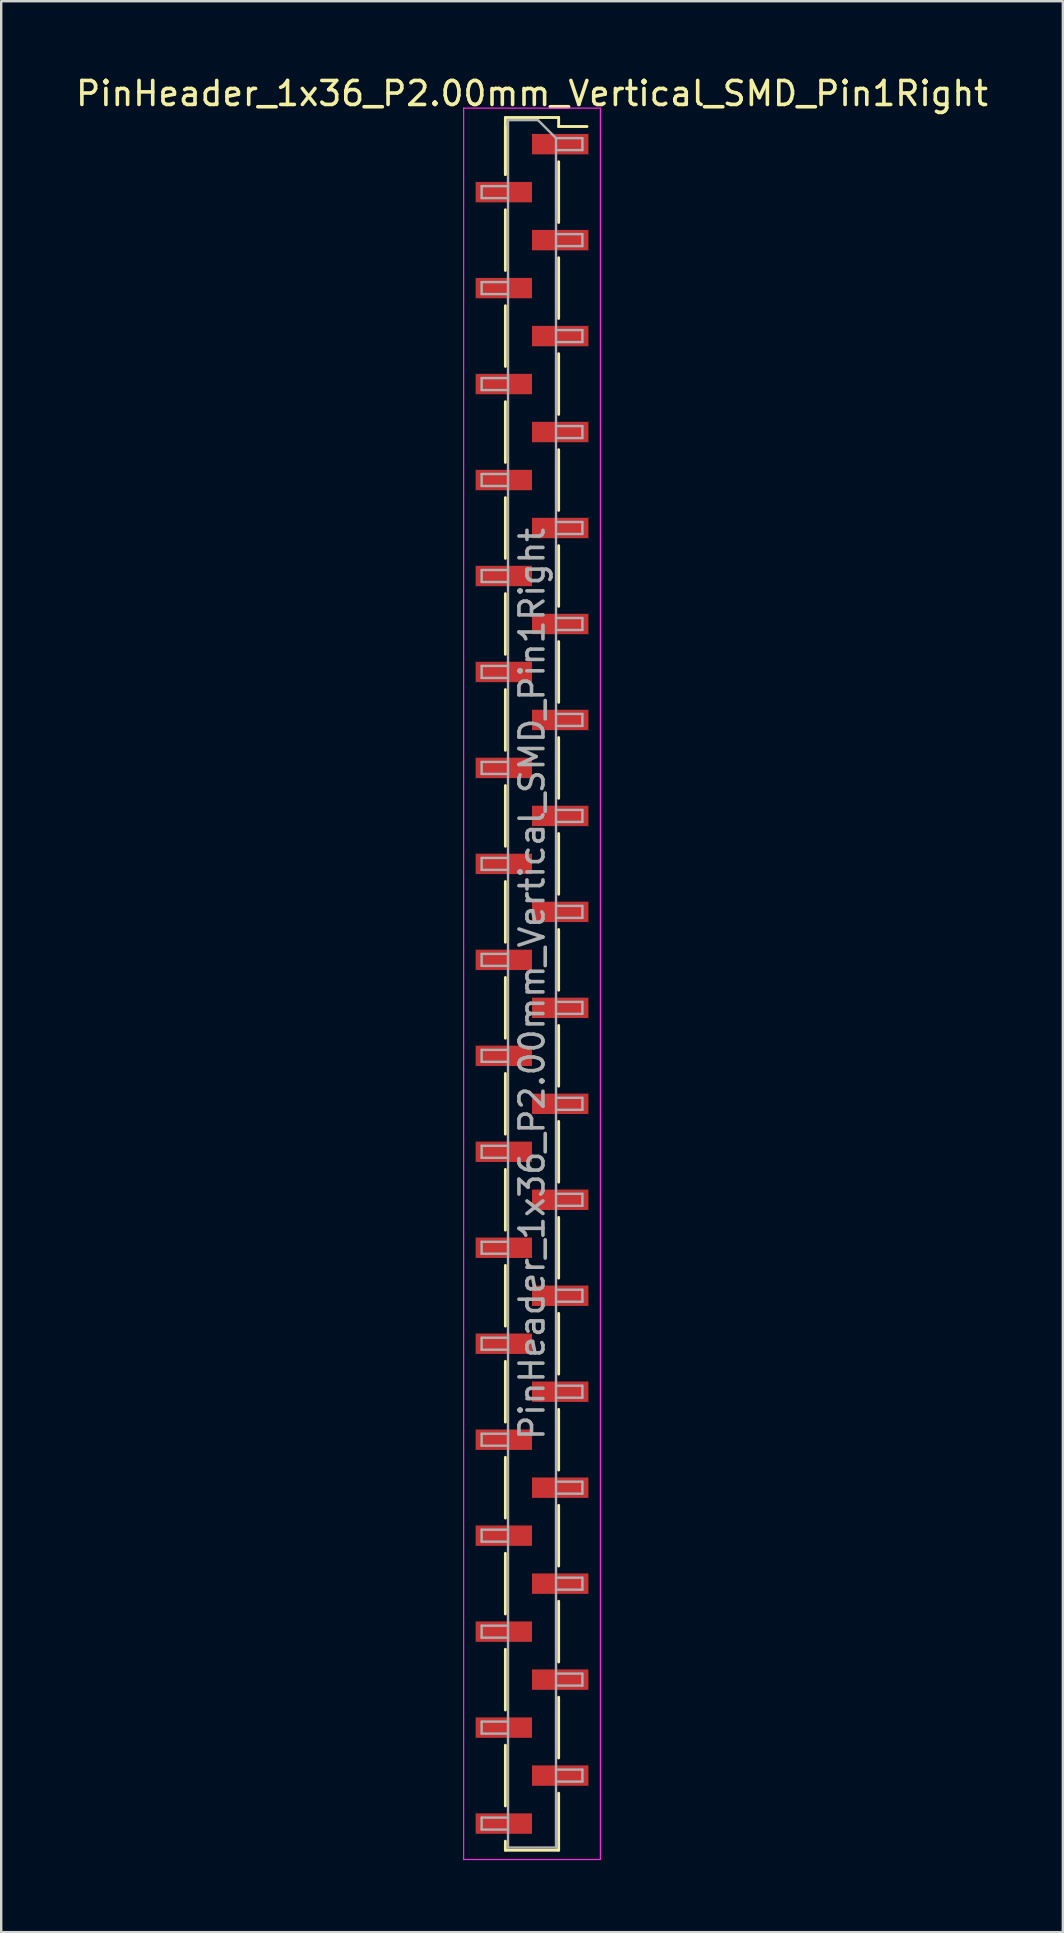
<source format=kicad_pcb>
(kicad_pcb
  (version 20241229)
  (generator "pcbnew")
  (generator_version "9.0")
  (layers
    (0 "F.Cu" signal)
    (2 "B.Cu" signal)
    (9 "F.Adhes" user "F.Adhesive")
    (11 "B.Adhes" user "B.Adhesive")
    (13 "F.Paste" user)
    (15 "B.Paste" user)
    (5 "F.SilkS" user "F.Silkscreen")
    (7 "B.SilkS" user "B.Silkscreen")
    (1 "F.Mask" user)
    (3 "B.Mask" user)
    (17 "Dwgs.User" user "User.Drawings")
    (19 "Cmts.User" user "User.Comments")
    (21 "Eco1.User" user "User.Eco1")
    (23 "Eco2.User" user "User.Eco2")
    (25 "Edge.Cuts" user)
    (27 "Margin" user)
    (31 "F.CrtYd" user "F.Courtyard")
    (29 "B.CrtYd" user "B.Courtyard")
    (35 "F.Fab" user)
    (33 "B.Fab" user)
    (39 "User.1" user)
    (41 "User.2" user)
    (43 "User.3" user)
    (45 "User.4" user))
  (footprint "PinHeader_1x36_P2.00mm_Vertical_SMD_Pin1Right"
    (layer "F.Cu")
    (at 19.125 37.958)
    (property "Reference" "PinHeader_1x36_P2.00mm_Vertical_SMD_Pin1Right" (at 0 -37.11 0) (layer "F.SilkS") (effects (font (size 1 1) (thickness 0.15))))
    (attr smd)
    (fp_line (start -1.11 -36.11) (end -1.11 -33.735) (stroke (width 0.12) (type solid)) (layer "F.SilkS"))
    (fp_line (start -1.11 -36.11) (end 1.11 -36.11) (stroke (width 0.12) (type solid)) (layer "F.SilkS"))
    (fp_line (start -1.11 -35.735) (end -1.11 -33.735) (stroke (width 0.12) (type solid)) (layer "F.SilkS"))
    (fp_line (start -1.11 -32.265) (end -1.11 -29.735) (stroke (width 0.12) (type solid)) (layer "F.SilkS"))
    (fp_line (start -1.11 -28.265) (end -1.11 -25.735) (stroke (width 0.12) (type solid)) (layer "F.SilkS"))
    (fp_line (start -1.11 -24.265) (end -1.11 -21.735) (stroke (width 0.12) (type solid)) (layer "F.SilkS"))
    (fp_line (start -1.11 -20.265) (end -1.11 -17.735) (stroke (width 0.12) (type solid)) (layer "F.SilkS"))
    (fp_line (start -1.11 -16.265) (end -1.11 -13.735) (stroke (width 0.12) (type solid)) (layer "F.SilkS"))
    (fp_line (start -1.11 -12.265) (end -1.11 -9.735) (stroke (width 0.12) (type solid)) (layer "F.SilkS"))
    (fp_line (start -1.11 -8.265) (end -1.11 -5.735) (stroke (width 0.12) (type solid)) (layer "F.SilkS"))
    (fp_line (start -1.11 -4.265) (end -1.11 -1.735) (stroke (width 0.12) (type solid)) (layer "F.SilkS"))
    (fp_line (start -1.11 -0.265) (end -1.11 2.265) (stroke (width 0.12) (type solid)) (layer "F.SilkS"))
    (fp_line (start -1.11 3.735) (end -1.11 6.265) (stroke (width 0.12) (type solid)) (layer "F.SilkS"))
    (fp_line (start -1.11 7.735) (end -1.11 10.265) (stroke (width 0.12) (type solid)) (layer "F.SilkS"))
    (fp_line (start -1.11 11.735) (end -1.11 14.265) (stroke (width 0.12) (type solid)) (layer "F.SilkS"))
    (fp_line (start -1.11 15.735) (end -1.11 18.265) (stroke (width 0.12) (type solid)) (layer "F.SilkS"))
    (fp_line (start -1.11 19.735) (end -1.11 22.265) (stroke (width 0.12) (type solid)) (layer "F.SilkS"))
    (fp_line (start -1.11 23.735) (end -1.11 26.265) (stroke (width 0.12) (type solid)) (layer "F.SilkS"))
    (fp_line (start -1.11 27.735) (end -1.11 30.265) (stroke (width 0.12) (type solid)) (layer "F.SilkS"))
    (fp_line (start -1.11 31.735) (end -1.11 34.265) (stroke (width 0.12) (type solid)) (layer "F.SilkS"))
    (fp_line (start -1.11 35.735) (end -1.11 36.11) (stroke (width 0.12) (type solid)) (layer "F.SilkS"))
    (fp_line (start -1.11 36.11) (end 1.11 36.11) (stroke (width 0.12) (type solid)) (layer "F.SilkS"))
    (fp_line (start 1.11 -36.11) (end 1.11 -35.735) (stroke (width 0.12) (type solid)) (layer "F.SilkS"))
    (fp_line (start 1.11 -35.735) (end 2.29 -35.735) (stroke (width 0.12) (type solid)) (layer "F.SilkS"))
    (fp_line (start 1.11 -34.265) (end 1.11 -31.735) (stroke (width 0.12) (type solid)) (layer "F.SilkS"))
    (fp_line (start 1.11 -30.265) (end 1.11 -27.735) (stroke (width 0.12) (type solid)) (layer "F.SilkS"))
    (fp_line (start 1.11 -26.265) (end 1.11 -23.735) (stroke (width 0.12) (type solid)) (layer "F.SilkS"))
    (fp_line (start 1.11 -22.265) (end 1.11 -19.735) (stroke (width 0.12) (type solid)) (layer "F.SilkS"))
    (fp_line (start 1.11 -18.265) (end 1.11 -15.735) (stroke (width 0.12) (type solid)) (layer "F.SilkS"))
    (fp_line (start 1.11 -14.265) (end 1.11 -11.735) (stroke (width 0.12) (type solid)) (layer "F.SilkS"))
    (fp_line (start 1.11 -10.265) (end 1.11 -7.735) (stroke (width 0.12) (type solid)) (layer "F.SilkS"))
    (fp_line (start 1.11 -6.265) (end 1.11 -3.735) (stroke (width 0.12) (type solid)) (layer "F.SilkS"))
    (fp_line (start 1.11 -2.265) (end 1.11 0.265) (stroke (width 0.12) (type solid)) (layer "F.SilkS"))
    (fp_line (start 1.11 1.735) (end 1.11 4.265) (stroke (width 0.12) (type solid)) (layer "F.SilkS"))
    (fp_line (start 1.11 5.735) (end 1.11 8.265) (stroke (width 0.12) (type solid)) (layer "F.SilkS"))
    (fp_line (start 1.11 9.735) (end 1.11 12.265) (stroke (width 0.12) (type solid)) (layer "F.SilkS"))
    (fp_line (start 1.11 13.735) (end 1.11 16.265) (stroke (width 0.12) (type solid)) (layer "F.SilkS"))
    (fp_line (start 1.11 17.735) (end 1.11 20.265) (stroke (width 0.12) (type solid)) (layer "F.SilkS"))
    (fp_line (start 1.11 21.735) (end 1.11 24.265) (stroke (width 0.12) (type solid)) (layer "F.SilkS"))
    (fp_line (start 1.11 25.735) (end 1.11 28.265) (stroke (width 0.12) (type solid)) (layer "F.SilkS"))
    (fp_line (start 1.11 29.735) (end 1.11 32.265) (stroke (width 0.12) (type solid)) (layer "F.SilkS"))
    (fp_line (start 1.11 33.735) (end 1.11 36.11) (stroke (width 0.12) (type solid)) (layer "F.SilkS"))
    (fp_line (start -2.85 -36.5) (end -2.85 36.5) (stroke (width 0.05) (type solid)) (layer "F.CrtYd"))
    (fp_line (start -2.85 36.5) (end 2.85 36.5) (stroke (width 0.05) (type solid)) (layer "F.CrtYd"))
    (fp_line (start 2.85 -36.5) (end -2.85 -36.5) (stroke (width 0.05) (type solid)) (layer "F.CrtYd"))
    (fp_line (start 2.85 36.5) (end 2.85 -36.5) (stroke (width 0.05) (type solid)) (layer "F.CrtYd"))
    (fp_line (start -2.1 -33.25) (end -2.1 -32.75) (stroke (width 0.1) (type solid)) (layer "F.Fab"))
    (fp_line (start -2.1 -32.75) (end -1 -32.75) (stroke (width 0.1) (type solid)) (layer "F.Fab"))
    (fp_line (start -2.1 -29.25) (end -2.1 -28.75) (stroke (width 0.1) (type solid)) (layer "F.Fab"))
    (fp_line (start -2.1 -28.75) (end -1 -28.75) (stroke (width 0.1) (type solid)) (layer "F.Fab"))
    (fp_line (start -2.1 -25.25) (end -2.1 -24.75) (stroke (width 0.1) (type solid)) (layer "F.Fab"))
    (fp_line (start -2.1 -24.75) (end -1 -24.75) (stroke (width 0.1) (type solid)) (layer "F.Fab"))
    (fp_line (start -2.1 -21.25) (end -2.1 -20.75) (stroke (width 0.1) (type solid)) (layer "F.Fab"))
    (fp_line (start -2.1 -20.75) (end -1 -20.75) (stroke (width 0.1) (type solid)) (layer "F.Fab"))
    (fp_line (start -2.1 -17.25) (end -2.1 -16.75) (stroke (width 0.1) (type solid)) (layer "F.Fab"))
    (fp_line (start -2.1 -16.75) (end -1 -16.75) (stroke (width 0.1) (type solid)) (layer "F.Fab"))
    (fp_line (start -2.1 -13.25) (end -2.1 -12.75) (stroke (width 0.1) (type solid)) (layer "F.Fab"))
    (fp_line (start -2.1 -12.75) (end -1 -12.75) (stroke (width 0.1) (type solid)) (layer "F.Fab"))
    (fp_line (start -2.1 -9.25) (end -2.1 -8.75) (stroke (width 0.1) (type solid)) (layer "F.Fab"))
    (fp_line (start -2.1 -8.75) (end -1 -8.75) (stroke (width 0.1) (type solid)) (layer "F.Fab"))
    (fp_line (start -2.1 -5.25) (end -2.1 -4.75) (stroke (width 0.1) (type solid)) (layer "F.Fab"))
    (fp_line (start -2.1 -4.75) (end -1 -4.75) (stroke (width 0.1) (type solid)) (layer "F.Fab"))
    (fp_line (start -2.1 -1.25) (end -2.1 -0.75) (stroke (width 0.1) (type solid)) (layer "F.Fab"))
    (fp_line (start -2.1 -0.75) (end -1 -0.75) (stroke (width 0.1) (type solid)) (layer "F.Fab"))
    (fp_line (start -2.1 2.75) (end -2.1 3.25) (stroke (width 0.1) (type solid)) (layer "F.Fab"))
    (fp_line (start -2.1 3.25) (end -1 3.25) (stroke (width 0.1) (type solid)) (layer "F.Fab"))
    (fp_line (start -2.1 6.75) (end -2.1 7.25) (stroke (width 0.1) (type solid)) (layer "F.Fab"))
    (fp_line (start -2.1 7.25) (end -1 7.25) (stroke (width 0.1) (type solid)) (layer "F.Fab"))
    (fp_line (start -2.1 10.75) (end -2.1 11.25) (stroke (width 0.1) (type solid)) (layer "F.Fab"))
    (fp_line (start -2.1 11.25) (end -1 11.25) (stroke (width 0.1) (type solid)) (layer "F.Fab"))
    (fp_line (start -2.1 14.75) (end -2.1 15.25) (stroke (width 0.1) (type solid)) (layer "F.Fab"))
    (fp_line (start -2.1 15.25) (end -1 15.25) (stroke (width 0.1) (type solid)) (layer "F.Fab"))
    (fp_line (start -2.1 18.75) (end -2.1 19.25) (stroke (width 0.1) (type solid)) (layer "F.Fab"))
    (fp_line (start -2.1 19.25) (end -1 19.25) (stroke (width 0.1) (type solid)) (layer "F.Fab"))
    (fp_line (start -2.1 22.75) (end -2.1 23.25) (stroke (width 0.1) (type solid)) (layer "F.Fab"))
    (fp_line (start -2.1 23.25) (end -1 23.25) (stroke (width 0.1) (type solid)) (layer "F.Fab"))
    (fp_line (start -2.1 26.75) (end -2.1 27.25) (stroke (width 0.1) (type solid)) (layer "F.Fab"))
    (fp_line (start -2.1 27.25) (end -1 27.25) (stroke (width 0.1) (type solid)) (layer "F.Fab"))
    (fp_line (start -2.1 30.75) (end -2.1 31.25) (stroke (width 0.1) (type solid)) (layer "F.Fab"))
    (fp_line (start -2.1 31.25) (end -1 31.25) (stroke (width 0.1) (type solid)) (layer "F.Fab"))
    (fp_line (start -2.1 34.75) (end -2.1 35.25) (stroke (width 0.1) (type solid)) (layer "F.Fab"))
    (fp_line (start -2.1 35.25) (end -1 35.25) (stroke (width 0.1) (type solid)) (layer "F.Fab"))
    (fp_line (start -1 -36) (end -1 36) (stroke (width 0.1) (type solid)) (layer "F.Fab"))
    (fp_line (start -1 -36) (end 0.25 -36) (stroke (width 0.1) (type solid)) (layer "F.Fab"))
    (fp_line (start -1 -33.25) (end -2.1 -33.25) (stroke (width 0.1) (type solid)) (layer "F.Fab"))
    (fp_line (start -1 -29.25) (end -2.1 -29.25) (stroke (width 0.1) (type solid)) (layer "F.Fab"))
    (fp_line (start -1 -25.25) (end -2.1 -25.25) (stroke (width 0.1) (type solid)) (layer "F.Fab"))
    (fp_line (start -1 -21.25) (end -2.1 -21.25) (stroke (width 0.1) (type solid)) (layer "F.Fab"))
    (fp_line (start -1 -17.25) (end -2.1 -17.25) (stroke (width 0.1) (type solid)) (layer "F.Fab"))
    (fp_line (start -1 -13.25) (end -2.1 -13.25) (stroke (width 0.1) (type solid)) (layer "F.Fab"))
    (fp_line (start -1 -9.25) (end -2.1 -9.25) (stroke (width 0.1) (type solid)) (layer "F.Fab"))
    (fp_line (start -1 -5.25) (end -2.1 -5.25) (stroke (width 0.1) (type solid)) (layer "F.Fab"))
    (fp_line (start -1 -1.25) (end -2.1 -1.25) (stroke (width 0.1) (type solid)) (layer "F.Fab"))
    (fp_line (start -1 2.75) (end -2.1 2.75) (stroke (width 0.1) (type solid)) (layer "F.Fab"))
    (fp_line (start -1 6.75) (end -2.1 6.75) (stroke (width 0.1) (type solid)) (layer "F.Fab"))
    (fp_line (start -1 10.75) (end -2.1 10.75) (stroke (width 0.1) (type solid)) (layer "F.Fab"))
    (fp_line (start -1 14.75) (end -2.1 14.75) (stroke (width 0.1) (type solid)) (layer "F.Fab"))
    (fp_line (start -1 18.75) (end -2.1 18.75) (stroke (width 0.1) (type solid)) (layer "F.Fab"))
    (fp_line (start -1 22.75) (end -2.1 22.75) (stroke (width 0.1) (type solid)) (layer "F.Fab"))
    (fp_line (start -1 26.75) (end -2.1 26.75) (stroke (width 0.1) (type solid)) (layer "F.Fab"))
    (fp_line (start -1 30.75) (end -2.1 30.75) (stroke (width 0.1) (type solid)) (layer "F.Fab"))
    (fp_line (start -1 34.75) (end -2.1 34.75) (stroke (width 0.1) (type solid)) (layer "F.Fab"))
    (fp_line (start 1 -35.25) (end 0.25 -36) (stroke (width 0.1) (type solid)) (layer "F.Fab"))
    (fp_line (start 1 -35.25) (end 2.1 -35.25) (stroke (width 0.1) (type solid)) (layer "F.Fab"))
    (fp_line (start 1 -31.25) (end 2.1 -31.25) (stroke (width 0.1) (type solid)) (layer "F.Fab"))
    (fp_line (start 1 -27.25) (end 2.1 -27.25) (stroke (width 0.1) (type solid)) (layer "F.Fab"))
    (fp_line (start 1 -23.25) (end 2.1 -23.25) (stroke (width 0.1) (type solid)) (layer "F.Fab"))
    (fp_line (start 1 -19.25) (end 2.1 -19.25) (stroke (width 0.1) (type solid)) (layer "F.Fab"))
    (fp_line (start 1 -15.25) (end 2.1 -15.25) (stroke (width 0.1) (type solid)) (layer "F.Fab"))
    (fp_line (start 1 -11.25) (end 2.1 -11.25) (stroke (width 0.1) (type solid)) (layer "F.Fab"))
    (fp_line (start 1 -7.25) (end 2.1 -7.25) (stroke (width 0.1) (type solid)) (layer "F.Fab"))
    (fp_line (start 1 -3.25) (end 2.1 -3.25) (stroke (width 0.1) (type solid)) (layer "F.Fab"))
    (fp_line (start 1 0.75) (end 2.1 0.75) (stroke (width 0.1) (type solid)) (layer "F.Fab"))
    (fp_line (start 1 4.75) (end 2.1 4.75) (stroke (width 0.1) (type solid)) (layer "F.Fab"))
    (fp_line (start 1 8.75) (end 2.1 8.75) (stroke (width 0.1) (type solid)) (layer "F.Fab"))
    (fp_line (start 1 12.75) (end 2.1 12.75) (stroke (width 0.1) (type solid)) (layer "F.Fab"))
    (fp_line (start 1 16.75) (end 2.1 16.75) (stroke (width 0.1) (type solid)) (layer "F.Fab"))
    (fp_line (start 1 20.75) (end 2.1 20.75) (stroke (width 0.1) (type solid)) (layer "F.Fab"))
    (fp_line (start 1 24.75) (end 2.1 24.75) (stroke (width 0.1) (type solid)) (layer "F.Fab"))
    (fp_line (start 1 28.75) (end 2.1 28.75) (stroke (width 0.1) (type solid)) (layer "F.Fab"))
    (fp_line (start 1 32.75) (end 2.1 32.75) (stroke (width 0.1) (type solid)) (layer "F.Fab"))
    (fp_line (start 1 36) (end -1 36) (stroke (width 0.1) (type solid)) (layer "F.Fab"))
    (fp_line (start 1 36) (end 1 -35.25) (stroke (width 0.1) (type solid)) (layer "F.Fab"))
    (fp_line (start 2.1 -35.25) (end 2.1 -34.75) (stroke (width 0.1) (type solid)) (layer "F.Fab"))
    (fp_line (start 2.1 -34.75) (end 1 -34.75) (stroke (width 0.1) (type solid)) (layer "F.Fab"))
    (fp_line (start 2.1 -31.25) (end 2.1 -30.75) (stroke (width 0.1) (type solid)) (layer "F.Fab"))
    (fp_line (start 2.1 -30.75) (end 1 -30.75) (stroke (width 0.1) (type solid)) (layer "F.Fab"))
    (fp_line (start 2.1 -27.25) (end 2.1 -26.75) (stroke (width 0.1) (type solid)) (layer "F.Fab"))
    (fp_line (start 2.1 -26.75) (end 1 -26.75) (stroke (width 0.1) (type solid)) (layer "F.Fab"))
    (fp_line (start 2.1 -23.25) (end 2.1 -22.75) (stroke (width 0.1) (type solid)) (layer "F.Fab"))
    (fp_line (start 2.1 -22.75) (end 1 -22.75) (stroke (width 0.1) (type solid)) (layer "F.Fab"))
    (fp_line (start 2.1 -19.25) (end 2.1 -18.75) (stroke (width 0.1) (type solid)) (layer "F.Fab"))
    (fp_line (start 2.1 -18.75) (end 1 -18.75) (stroke (width 0.1) (type solid)) (layer "F.Fab"))
    (fp_line (start 2.1 -15.25) (end 2.1 -14.75) (stroke (width 0.1) (type solid)) (layer "F.Fab"))
    (fp_line (start 2.1 -14.75) (end 1 -14.75) (stroke (width 0.1) (type solid)) (layer "F.Fab"))
    (fp_line (start 2.1 -11.25) (end 2.1 -10.75) (stroke (width 0.1) (type solid)) (layer "F.Fab"))
    (fp_line (start 2.1 -10.75) (end 1 -10.75) (stroke (width 0.1) (type solid)) (layer "F.Fab"))
    (fp_line (start 2.1 -7.25) (end 2.1 -6.75) (stroke (width 0.1) (type solid)) (layer "F.Fab"))
    (fp_line (start 2.1 -6.75) (end 1 -6.75) (stroke (width 0.1) (type solid)) (layer "F.Fab"))
    (fp_line (start 2.1 -3.25) (end 2.1 -2.75) (stroke (width 0.1) (type solid)) (layer "F.Fab"))
    (fp_line (start 2.1 -2.75) (end 1 -2.75) (stroke (width 0.1) (type solid)) (layer "F.Fab"))
    (fp_line (start 2.1 0.75) (end 2.1 1.25) (stroke (width 0.1) (type solid)) (layer "F.Fab"))
    (fp_line (start 2.1 1.25) (end 1 1.25) (stroke (width 0.1) (type solid)) (layer "F.Fab"))
    (fp_line (start 2.1 4.75) (end 2.1 5.25) (stroke (width 0.1) (type solid)) (layer "F.Fab"))
    (fp_line (start 2.1 5.25) (end 1 5.25) (stroke (width 0.1) (type solid)) (layer "F.Fab"))
    (fp_line (start 2.1 8.75) (end 2.1 9.25) (stroke (width 0.1) (type solid)) (layer "F.Fab"))
    (fp_line (start 2.1 9.25) (end 1 9.25) (stroke (width 0.1) (type solid)) (layer "F.Fab"))
    (fp_line (start 2.1 12.75) (end 2.1 13.25) (stroke (width 0.1) (type solid)) (layer "F.Fab"))
    (fp_line (start 2.1 13.25) (end 1 13.25) (stroke (width 0.1) (type solid)) (layer "F.Fab"))
    (fp_line (start 2.1 16.75) (end 2.1 17.25) (stroke (width 0.1) (type solid)) (layer "F.Fab"))
    (fp_line (start 2.1 17.25) (end 1 17.25) (stroke (width 0.1) (type solid)) (layer "F.Fab"))
    (fp_line (start 2.1 20.75) (end 2.1 21.25) (stroke (width 0.1) (type solid)) (layer "F.Fab"))
    (fp_line (start 2.1 21.25) (end 1 21.25) (stroke (width 0.1) (type solid)) (layer "F.Fab"))
    (fp_line (start 2.1 24.75) (end 2.1 25.25) (stroke (width 0.1) (type solid)) (layer "F.Fab"))
    (fp_line (start 2.1 25.25) (end 1 25.25) (stroke (width 0.1) (type solid)) (layer "F.Fab"))
    (fp_line (start 2.1 28.75) (end 2.1 29.25) (stroke (width 0.1) (type solid)) (layer "F.Fab"))
    (fp_line (start 2.1 29.25) (end 1 29.25) (stroke (width 0.1) (type solid)) (layer "F.Fab"))
    (fp_line (start 2.1 32.75) (end 2.1 33.25) (stroke (width 0.1) (type solid)) (layer "F.Fab"))
    (fp_line (start 2.1 33.25) (end 1 33.25) (stroke (width 0.1) (type solid)) (layer "F.Fab"))
    (fp_text user "${REFERENCE}" (at 0 0 90) (layer "F.Fab") (effects (font (size 1 1) (thickness 0.15))))
    (pad "1" smd rect (at 1.175 -35) (size 2.35 0.85) (layers "F.Cu" "F.Mask" "F.Paste"))
    (pad "2" smd rect (at -1.175 -33) (size 2.35 0.85) (layers "F.Cu" "F.Mask" "F.Paste"))
    (pad "3" smd rect (at 1.175 -31) (size 2.35 0.85) (layers "F.Cu" "F.Mask" "F.Paste"))
    (pad "4" smd rect (at -1.175 -29) (size 2.35 0.85) (layers "F.Cu" "F.Mask" "F.Paste"))
    (pad "5" smd rect (at 1.175 -27) (size 2.35 0.85) (layers "F.Cu" "F.Mask" "F.Paste"))
    (pad "6" smd rect (at -1.175 -25) (size 2.35 0.85) (layers "F.Cu" "F.Mask" "F.Paste"))
    (pad "7" smd rect (at 1.175 -23) (size 2.35 0.85) (layers "F.Cu" "F.Mask" "F.Paste"))
    (pad "8" smd rect (at -1.175 -21) (size 2.35 0.85) (layers "F.Cu" "F.Mask" "F.Paste"))
    (pad "9" smd rect (at 1.175 -19) (size 2.35 0.85) (layers "F.Cu" "F.Mask" "F.Paste"))
    (pad "10" smd rect (at -1.175 -17) (size 2.35 0.85) (layers "F.Cu" "F.Mask" "F.Paste"))
    (pad "11" smd rect (at 1.175 -15) (size 2.35 0.85) (layers "F.Cu" "F.Mask" "F.Paste"))
    (pad "12" smd rect (at -1.175 -13) (size 2.35 0.85) (layers "F.Cu" "F.Mask" "F.Paste"))
    (pad "13" smd rect (at 1.175 -11) (size 2.35 0.85) (layers "F.Cu" "F.Mask" "F.Paste"))
    (pad "14" smd rect (at -1.175 -9) (size 2.35 0.85) (layers "F.Cu" "F.Mask" "F.Paste"))
    (pad "15" smd rect (at 1.175 -7) (size 2.35 0.85) (layers "F.Cu" "F.Mask" "F.Paste"))
    (pad "16" smd rect (at -1.175 -5) (size 2.35 0.85) (layers "F.Cu" "F.Mask" "F.Paste"))
    (pad "17" smd rect (at 1.175 -3) (size 2.35 0.85) (layers "F.Cu" "F.Mask" "F.Paste"))
    (pad "18" smd rect (at -1.175 -1) (size 2.35 0.85) (layers "F.Cu" "F.Mask" "F.Paste"))
    (pad "19" smd rect (at 1.175 1) (size 2.35 0.85) (layers "F.Cu" "F.Mask" "F.Paste"))
    (pad "20" smd rect (at -1.175 3) (size 2.35 0.85) (layers "F.Cu" "F.Mask" "F.Paste"))
    (pad "21" smd rect (at 1.175 5) (size 2.35 0.85) (layers "F.Cu" "F.Mask" "F.Paste"))
    (pad "22" smd rect (at -1.175 7) (size 2.35 0.85) (layers "F.Cu" "F.Mask" "F.Paste"))
    (pad "23" smd rect (at 1.175 9) (size 2.35 0.85) (layers "F.Cu" "F.Mask" "F.Paste"))
    (pad "24" smd rect (at -1.175 11) (size 2.35 0.85) (layers "F.Cu" "F.Mask" "F.Paste"))
    (pad "25" smd rect (at 1.175 13) (size 2.35 0.85) (layers "F.Cu" "F.Mask" "F.Paste"))
    (pad "26" smd rect (at -1.175 15) (size 2.35 0.85) (layers "F.Cu" "F.Mask" "F.Paste"))
    (pad "27" smd rect (at 1.175 17) (size 2.35 0.85) (layers "F.Cu" "F.Mask" "F.Paste"))
    (pad "28" smd rect (at -1.175 19) (size 2.35 0.85) (layers "F.Cu" "F.Mask" "F.Paste"))
    (pad "29" smd rect (at 1.175 21) (size 2.35 0.85) (layers "F.Cu" "F.Mask" "F.Paste"))
    (pad "30" smd rect (at -1.175 23) (size 2.35 0.85) (layers "F.Cu" "F.Mask" "F.Paste"))
    (pad "31" smd rect (at 1.175 25) (size 2.35 0.85) (layers "F.Cu" "F.Mask" "F.Paste"))
    (pad "32" smd rect (at -1.175 27) (size 2.35 0.85) (layers "F.Cu" "F.Mask" "F.Paste"))
    (pad "33" smd rect (at 1.175 29) (size 2.35 0.85) (layers "F.Cu" "F.Mask" "F.Paste"))
    (pad "34" smd rect (at -1.175 31) (size 2.35 0.85) (layers "F.Cu" "F.Mask" "F.Paste"))
    (pad "35" smd rect (at 1.175 33) (size 2.35 0.85) (layers "F.Cu" "F.Mask" "F.Paste"))
    (pad "36" smd rect (at -1.175 35) (size 2.35 0.85) (layers "F.Cu" "F.Mask" "F.Paste")))
  (gr_rect
    (start -3 -3)
    (end 41.25 77.483)
    (stroke (width 0.1) (type default))
    (fill no)
    (layer "Edge.Cuts")))
</source>
